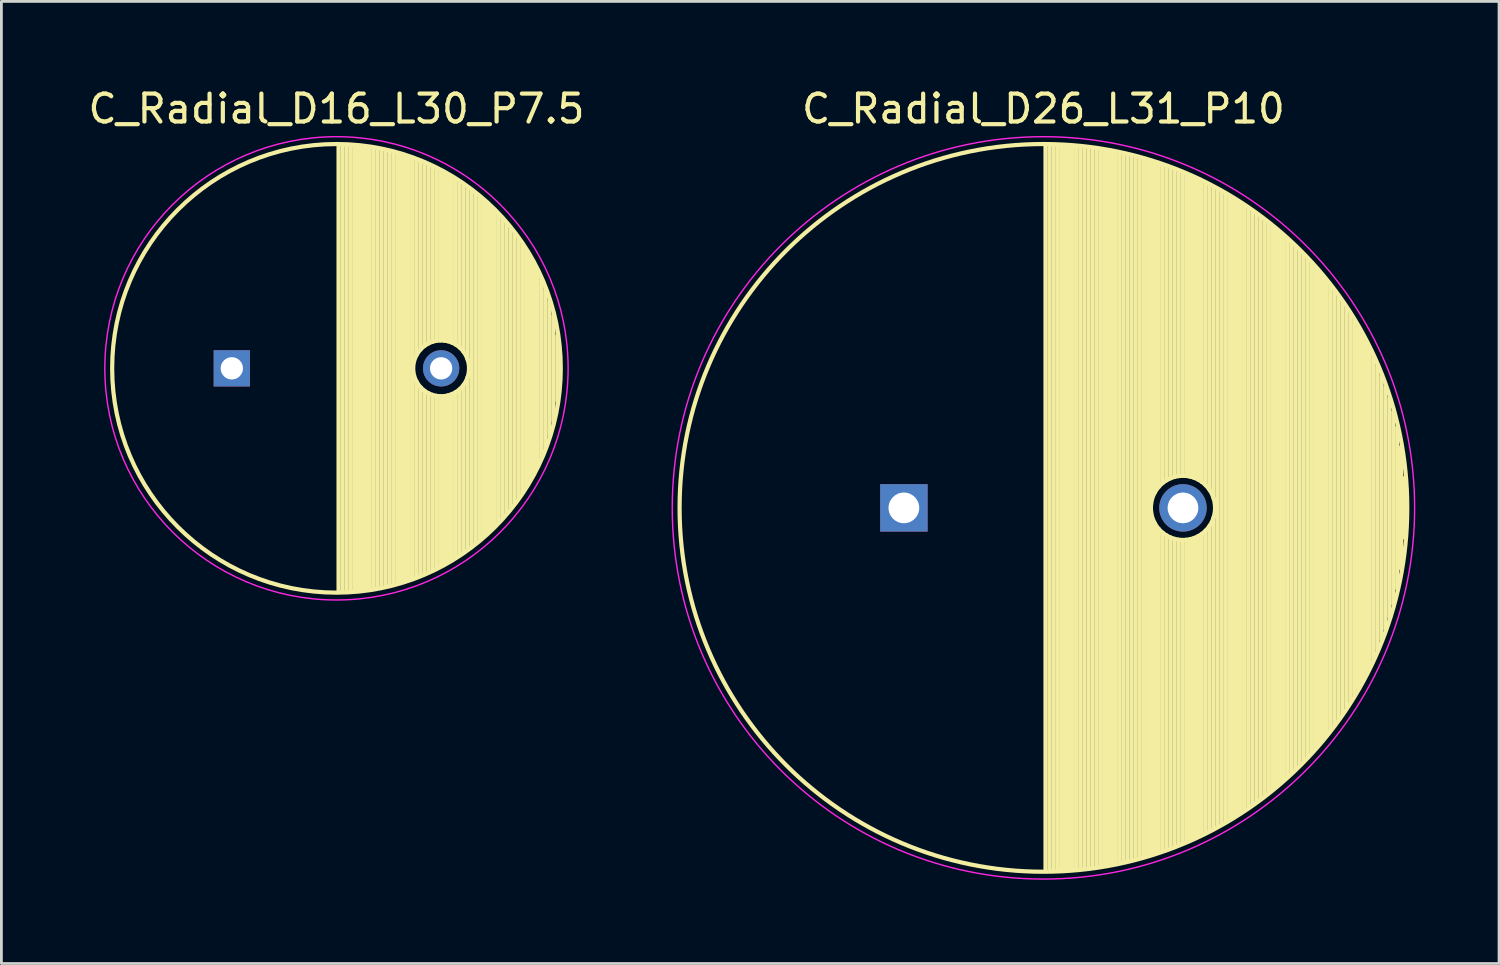
<source format=kicad_pcb>
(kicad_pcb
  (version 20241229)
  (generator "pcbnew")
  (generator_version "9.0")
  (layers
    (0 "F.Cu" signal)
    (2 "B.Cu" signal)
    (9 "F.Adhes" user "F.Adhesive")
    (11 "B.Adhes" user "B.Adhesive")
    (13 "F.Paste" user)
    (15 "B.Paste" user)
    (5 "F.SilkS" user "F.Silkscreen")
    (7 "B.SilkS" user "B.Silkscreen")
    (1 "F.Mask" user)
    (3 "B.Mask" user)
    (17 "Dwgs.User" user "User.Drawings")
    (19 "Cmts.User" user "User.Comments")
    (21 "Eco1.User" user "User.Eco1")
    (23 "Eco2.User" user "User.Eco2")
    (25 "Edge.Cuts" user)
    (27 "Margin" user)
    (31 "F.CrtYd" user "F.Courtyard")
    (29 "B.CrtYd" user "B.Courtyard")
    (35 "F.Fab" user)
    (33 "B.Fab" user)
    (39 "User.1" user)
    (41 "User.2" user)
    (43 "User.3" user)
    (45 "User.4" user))
  (footprint "C_Radial_D26_L31_P10"
    (layer "F.Cu")
    (at 29.337 15.148)
    (property "Reference" "C_Radial_D26_L31_P10" (at 5 -14.3 0) (layer "F.SilkS") (effects (font (size 1 1) (thickness 0.15))))
    (attr through_hole)
    (fp_line (start 5.075 -13) (end 5.075 13) (stroke (width 0.15) (type solid)) (layer "F.SilkS"))
    (fp_line (start 5.215 -12.998) (end 5.215 12.998) (stroke (width 0.15) (type solid)) (layer "F.SilkS"))
    (fp_line (start 5.355 -12.995) (end 5.355 12.995) (stroke (width 0.15) (type solid)) (layer "F.SilkS"))
    (fp_line (start 5.495 -12.991) (end 5.495 12.991) (stroke (width 0.15) (type solid)) (layer "F.SilkS"))
    (fp_line (start 5.635 -12.984) (end 5.635 12.984) (stroke (width 0.15) (type solid)) (layer "F.SilkS"))
    (fp_line (start 5.775 -12.977) (end 5.775 12.977) (stroke (width 0.15) (type solid)) (layer "F.SilkS"))
    (fp_line (start 5.915 -12.968) (end 5.915 12.968) (stroke (width 0.15) (type solid)) (layer "F.SilkS"))
    (fp_line (start 6.055 -12.957) (end 6.055 12.957) (stroke (width 0.15) (type solid)) (layer "F.SilkS"))
    (fp_line (start 6.195 -12.945) (end 6.195 12.945) (stroke (width 0.15) (type solid)) (layer "F.SilkS"))
    (fp_line (start 6.335 -12.931) (end 6.335 12.931) (stroke (width 0.15) (type solid)) (layer "F.SilkS"))
    (fp_line (start 6.475 -12.916) (end 6.475 12.916) (stroke (width 0.15) (type solid)) (layer "F.SilkS"))
    (fp_line (start 6.615 -12.899) (end 6.615 12.899) (stroke (width 0.15) (type solid)) (layer "F.SilkS"))
    (fp_line (start 6.755 -12.881) (end 6.755 12.881) (stroke (width 0.15) (type solid)) (layer "F.SilkS"))
    (fp_line (start 6.895 -12.861) (end 6.895 12.861) (stroke (width 0.15) (type solid)) (layer "F.SilkS"))
    (fp_line (start 7.035 -12.84) (end 7.035 12.84) (stroke (width 0.15) (type solid)) (layer "F.SilkS"))
    (fp_line (start 7.175 -12.817) (end 7.175 12.817) (stroke (width 0.15) (type solid)) (layer "F.SilkS"))
    (fp_line (start 7.315 -12.792) (end 7.315 12.792) (stroke (width 0.15) (type solid)) (layer "F.SilkS"))
    (fp_line (start 7.455 -12.766) (end 7.455 12.766) (stroke (width 0.15) (type solid)) (layer "F.SilkS"))
    (fp_line (start 7.595 -12.738) (end 7.595 12.738) (stroke (width 0.15) (type solid)) (layer "F.SilkS"))
    (fp_line (start 7.735 -12.709) (end 7.735 12.709) (stroke (width 0.15) (type solid)) (layer "F.SilkS"))
    (fp_line (start 7.875 -12.678) (end 7.875 12.678) (stroke (width 0.15) (type solid)) (layer "F.SilkS"))
    (fp_line (start 8.015 -12.646) (end 8.015 12.646) (stroke (width 0.15) (type solid)) (layer "F.SilkS"))
    (fp_line (start 8.155 -12.611) (end 8.155 12.611) (stroke (width 0.15) (type solid)) (layer "F.SilkS"))
    (fp_line (start 8.295 -12.575) (end 8.295 12.575) (stroke (width 0.15) (type solid)) (layer "F.SilkS"))
    (fp_line (start 8.435 -12.538) (end 8.435 12.538) (stroke (width 0.15) (type solid)) (layer "F.SilkS"))
    (fp_line (start 8.575 -12.499) (end 8.575 12.499) (stroke (width 0.15) (type solid)) (layer "F.SilkS"))
    (fp_line (start 8.715 -12.458) (end 8.715 12.458) (stroke (width 0.15) (type solid)) (layer "F.SilkS"))
    (fp_line (start 8.855 -12.415) (end 8.855 -0.107) (stroke (width 0.15) (type solid)) (layer "F.SilkS"))
    (fp_line (start 8.855 0.107) (end 8.855 12.415) (stroke (width 0.15) (type solid)) (layer "F.SilkS"))
    (fp_line (start 8.995 -12.371) (end 8.995 -0.559) (stroke (width 0.15) (type solid)) (layer "F.SilkS"))
    (fp_line (start 8.995 0.559) (end 8.995 12.371) (stroke (width 0.15) (type solid)) (layer "F.SilkS"))
    (fp_line (start 9.135 -12.325) (end 9.135 -0.758) (stroke (width 0.15) (type solid)) (layer "F.SilkS"))
    (fp_line (start 9.135 0.758) (end 9.135 12.325) (stroke (width 0.15) (type solid)) (layer "F.SilkS"))
    (fp_line (start 9.275 -12.277) (end 9.275 -0.893) (stroke (width 0.15) (type solid)) (layer "F.SilkS"))
    (fp_line (start 9.275 0.893) (end 9.275 12.277) (stroke (width 0.15) (type solid)) (layer "F.SilkS"))
    (fp_line (start 9.415 -12.227) (end 9.415 -0.99) (stroke (width 0.15) (type solid)) (layer "F.SilkS"))
    (fp_line (start 9.415 0.99) (end 9.415 12.227) (stroke (width 0.15) (type solid)) (layer "F.SilkS"))
    (fp_line (start 9.555 -12.176) (end 9.555 -1.06) (stroke (width 0.15) (type solid)) (layer "F.SilkS"))
    (fp_line (start 9.555 1.06) (end 9.555 12.176) (stroke (width 0.15) (type solid)) (layer "F.SilkS"))
    (fp_line (start 9.695 -12.123) (end 9.695 -1.109) (stroke (width 0.15) (type solid)) (layer "F.SilkS"))
    (fp_line (start 9.695 1.109) (end 9.695 12.123) (stroke (width 0.15) (type solid)) (layer "F.SilkS"))
    (fp_line (start 9.835 -12.067) (end 9.835 -1.138) (stroke (width 0.15) (type solid)) (layer "F.SilkS"))
    (fp_line (start 9.835 1.138) (end 9.835 12.067) (stroke (width 0.15) (type solid)) (layer "F.SilkS"))
    (fp_line (start 9.975 -12.01) (end 9.975 -1.15) (stroke (width 0.15) (type solid)) (layer "F.SilkS"))
    (fp_line (start 9.975 1.15) (end 9.975 12.01) (stroke (width 0.15) (type solid)) (layer "F.SilkS"))
    (fp_line (start 10.115 -11.951) (end 10.115 -1.144) (stroke (width 0.15) (type solid)) (layer "F.SilkS"))
    (fp_line (start 10.115 1.144) (end 10.115 11.951) (stroke (width 0.15) (type solid)) (layer "F.SilkS"))
    (fp_line (start 10.255 -11.891) (end 10.255 -1.121) (stroke (width 0.15) (type solid)) (layer "F.SilkS"))
    (fp_line (start 10.255 1.121) (end 10.255 11.891) (stroke (width 0.15) (type solid)) (layer "F.SilkS"))
    (fp_line (start 10.395 -11.828) (end 10.395 -1.08) (stroke (width 0.15) (type solid)) (layer "F.SilkS"))
    (fp_line (start 10.395 1.08) (end 10.395 11.828) (stroke (width 0.15) (type solid)) (layer "F.SilkS"))
    (fp_line (start 10.535 -11.763) (end 10.535 -1.018) (stroke (width 0.15) (type solid)) (layer "F.SilkS"))
    (fp_line (start 10.535 1.018) (end 10.535 11.763) (stroke (width 0.15) (type solid)) (layer "F.SilkS"))
    (fp_line (start 10.675 -11.696) (end 10.675 -0.931) (stroke (width 0.15) (type solid)) (layer "F.SilkS"))
    (fp_line (start 10.675 0.931) (end 10.675 11.696) (stroke (width 0.15) (type solid)) (layer "F.SilkS"))
    (fp_line (start 10.815 -11.627) (end 10.815 -0.811) (stroke (width 0.15) (type solid)) (layer "F.SilkS"))
    (fp_line (start 10.815 0.811) (end 10.815 11.627) (stroke (width 0.15) (type solid)) (layer "F.SilkS"))
    (fp_line (start 10.955 -11.556) (end 10.955 -0.641) (stroke (width 0.15) (type solid)) (layer "F.SilkS"))
    (fp_line (start 10.955 0.641) (end 10.955 11.556) (stroke (width 0.15) (type solid)) (layer "F.SilkS"))
    (fp_line (start 11.095 -11.483) (end 11.095 -0.351) (stroke (width 0.15) (type solid)) (layer "F.SilkS"))
    (fp_line (start 11.095 0.351) (end 11.095 11.483) (stroke (width 0.15) (type solid)) (layer "F.SilkS"))
    (fp_line (start 11.235 -11.407) (end 11.235 11.407) (stroke (width 0.15) (type solid)) (layer "F.SilkS"))
    (fp_line (start 11.375 -11.33) (end 11.375 11.33) (stroke (width 0.15) (type solid)) (layer "F.SilkS"))
    (fp_line (start 11.515 -11.25) (end 11.515 11.25) (stroke (width 0.15) (type solid)) (layer "F.SilkS"))
    (fp_line (start 11.655 -11.167) (end 11.655 11.167) (stroke (width 0.15) (type solid)) (layer "F.SilkS"))
    (fp_line (start 11.795 -11.083) (end 11.795 11.083) (stroke (width 0.15) (type solid)) (layer "F.SilkS"))
    (fp_line (start 11.935 -10.996) (end 11.935 10.996) (stroke (width 0.15) (type solid)) (layer "F.SilkS"))
    (fp_line (start 12.075 -10.906) (end 12.075 10.906) (stroke (width 0.15) (type solid)) (layer "F.SilkS"))
    (fp_line (start 12.215 -10.814) (end 12.215 10.814) (stroke (width 0.15) (type solid)) (layer "F.SilkS"))
    (fp_line (start 12.355 -10.719) (end 12.355 10.719) (stroke (width 0.15) (type solid)) (layer "F.SilkS"))
    (fp_line (start 12.495 -10.622) (end 12.495 10.622) (stroke (width 0.15) (type solid)) (layer "F.SilkS"))
    (fp_line (start 12.635 -10.522) (end 12.635 10.522) (stroke (width 0.15) (type solid)) (layer "F.SilkS"))
    (fp_line (start 12.775 -10.419) (end 12.775 10.419) (stroke (width 0.15) (type solid)) (layer "F.SilkS"))
    (fp_line (start 12.915 -10.313) (end 12.915 10.313) (stroke (width 0.15) (type solid)) (layer "F.SilkS"))
    (fp_line (start 13.055 -10.204) (end 13.055 10.204) (stroke (width 0.15) (type solid)) (layer "F.SilkS"))
    (fp_line (start 13.195 -10.092) (end 13.195 10.092) (stroke (width 0.15) (type solid)) (layer "F.SilkS"))
    (fp_line (start 13.335 -9.976) (end 13.335 9.976) (stroke (width 0.15) (type solid)) (layer "F.SilkS"))
    (fp_line (start 13.475 -9.858) (end 13.475 9.858) (stroke (width 0.15) (type solid)) (layer "F.SilkS"))
    (fp_line (start 13.615 -9.736) (end 13.615 9.736) (stroke (width 0.15) (type solid)) (layer "F.SilkS"))
    (fp_line (start 13.755 -9.61) (end 13.755 9.61) (stroke (width 0.15) (type solid)) (layer "F.SilkS"))
    (fp_line (start 13.895 -9.48) (end 13.895 9.48) (stroke (width 0.15) (type solid)) (layer "F.SilkS"))
    (fp_line (start 14.035 -9.347) (end 14.035 9.347) (stroke (width 0.15) (type solid)) (layer "F.SilkS"))
    (fp_line (start 14.175 -9.21) (end 14.175 9.21) (stroke (width 0.15) (type solid)) (layer "F.SilkS"))
    (fp_line (start 14.315 -9.068) (end 14.315 9.068) (stroke (width 0.15) (type solid)) (layer "F.SilkS"))
    (fp_line (start 14.455 -8.922) (end 14.455 8.922) (stroke (width 0.15) (type solid)) (layer "F.SilkS"))
    (fp_line (start 14.595 -8.771) (end 14.595 8.771) (stroke (width 0.15) (type solid)) (layer "F.SilkS"))
    (fp_line (start 14.735 -8.616) (end 14.735 8.616) (stroke (width 0.15) (type solid)) (layer "F.SilkS"))
    (fp_line (start 14.875 -8.455) (end 14.875 8.455) (stroke (width 0.15) (type solid)) (layer "F.SilkS"))
    (fp_line (start 15.015 -8.289) (end 15.015 8.289) (stroke (width 0.15) (type solid)) (layer "F.SilkS"))
    (fp_line (start 15.155 -8.116) (end 15.155 8.116) (stroke (width 0.15) (type solid)) (layer "F.SilkS"))
    (fp_line (start 15.295 -7.938) (end 15.295 7.938) (stroke (width 0.15) (type solid)) (layer "F.SilkS"))
    (fp_line (start 15.435 -7.753) (end 15.435 7.753) (stroke (width 0.15) (type solid)) (layer "F.SilkS"))
    (fp_line (start 15.575 -7.561) (end 15.575 7.561) (stroke (width 0.15) (type solid)) (layer "F.SilkS"))
    (fp_line (start 15.715 -7.361) (end 15.715 7.361) (stroke (width 0.15) (type solid)) (layer "F.SilkS"))
    (fp_line (start 15.855 -7.153) (end 15.855 7.153) (stroke (width 0.15) (type solid)) (layer "F.SilkS"))
    (fp_line (start 15.995 -6.936) (end 15.995 6.936) (stroke (width 0.15) (type solid)) (layer "F.SilkS"))
    (fp_line (start 16.135 -6.709) (end 16.135 6.709) (stroke (width 0.15) (type solid)) (layer "F.SilkS"))
    (fp_line (start 16.275 -6.471) (end 16.275 6.471) (stroke (width 0.15) (type solid)) (layer "F.SilkS"))
    (fp_line (start 16.415 -6.221) (end 16.415 6.221) (stroke (width 0.15) (type solid)) (layer "F.SilkS"))
    (fp_line (start 16.555 -5.957) (end 16.555 5.957) (stroke (width 0.15) (type solid)) (layer "F.SilkS"))
    (fp_line (start 16.695 -5.677) (end 16.695 5.677) (stroke (width 0.15) (type solid)) (layer "F.SilkS"))
    (fp_line (start 16.835 -5.379) (end 16.835 5.379) (stroke (width 0.15) (type solid)) (layer "F.SilkS"))
    (fp_line (start 16.975 -5.06) (end 16.975 5.06) (stroke (width 0.15) (type solid)) (layer "F.SilkS"))
    (fp_line (start 17.115 -4.715) (end 17.115 4.715) (stroke (width 0.15) (type solid)) (layer "F.SilkS"))
    (fp_line (start 17.255 -4.338) (end 17.255 4.338) (stroke (width 0.15) (type solid)) (layer "F.SilkS"))
    (fp_line (start 17.395 -3.92) (end 17.395 3.92) (stroke (width 0.15) (type solid)) (layer "F.SilkS"))
    (fp_line (start 17.535 -3.446) (end 17.535 3.446) (stroke (width 0.15) (type solid)) (layer "F.SilkS"))
    (fp_line (start 17.675 -2.889) (end 17.675 2.889) (stroke (width 0.15) (type solid)) (layer "F.SilkS"))
    (fp_line (start 17.815 -2.185) (end 17.815 2.185) (stroke (width 0.15) (type solid)) (layer "F.SilkS"))
    (fp_line (start 17.955 -1.081) (end 17.955 1.081) (stroke (width 0.15) (type solid)) (layer "F.SilkS"))
    (fp_circle (center 5 0) (end 5 -13.037) (stroke (width 0.15) (type solid)) (fill no) (layer "F.SilkS"))
    (fp_circle (center 10 0) (end 10 -1.15) (stroke (width 0.15) (type solid)) (fill no) (layer "F.SilkS"))
    (fp_circle (center 5 0) (end 5 -13.3) (stroke (width 0.05) (type solid)) (fill no) (layer "F.CrtYd"))
    (pad "1" thru_hole rect (at 0 0) (size 1.7 1.7) (drill 1.1) (layers "*.Cu" "*.Mask"))
    (pad "2" thru_hole circle (at 10 0) (size 1.7 1.7) (drill 1.1) (layers "*.Cu" "*.Mask")))
  (footprint "C_Radial_D16_L30_P7.5"
    (layer "F.Cu")
    (at 5.256 10.148)
    (property "Reference" "C_Radial_D16_L30_P7.5" (at 3.75 -9.3 0) (layer "F.SilkS") (effects (font (size 1 1) (thickness 0.15))))
    (attr through_hole)
    (fp_line (start 3.825 -8) (end 3.825 8) (stroke (width 0.15) (type solid)) (layer "F.SilkS"))
    (fp_line (start 3.965 -7.997) (end 3.965 7.997) (stroke (width 0.15) (type solid)) (layer "F.SilkS"))
    (fp_line (start 4.105 -7.992) (end 4.105 7.992) (stroke (width 0.15) (type solid)) (layer "F.SilkS"))
    (fp_line (start 4.245 -7.985) (end 4.245 7.985) (stroke (width 0.15) (type solid)) (layer "F.SilkS"))
    (fp_line (start 4.385 -7.975) (end 4.385 7.975) (stroke (width 0.15) (type solid)) (layer "F.SilkS"))
    (fp_line (start 4.525 -7.962) (end 4.525 7.962) (stroke (width 0.15) (type solid)) (layer "F.SilkS"))
    (fp_line (start 4.665 -7.948) (end 4.665 7.948) (stroke (width 0.15) (type solid)) (layer "F.SilkS"))
    (fp_line (start 4.805 -7.93) (end 4.805 7.93) (stroke (width 0.15) (type solid)) (layer "F.SilkS"))
    (fp_line (start 4.945 -7.91) (end 4.945 7.91) (stroke (width 0.15) (type solid)) (layer "F.SilkS"))
    (fp_line (start 5.085 -7.888) (end 5.085 7.888) (stroke (width 0.15) (type solid)) (layer "F.SilkS"))
    (fp_line (start 5.225 -7.863) (end 5.225 7.863) (stroke (width 0.15) (type solid)) (layer "F.SilkS"))
    (fp_line (start 5.365 -7.835) (end 5.365 7.835) (stroke (width 0.15) (type solid)) (layer "F.SilkS"))
    (fp_line (start 5.505 -7.805) (end 5.505 7.805) (stroke (width 0.15) (type solid)) (layer "F.SilkS"))
    (fp_line (start 5.645 -7.772) (end 5.645 7.772) (stroke (width 0.15) (type solid)) (layer "F.SilkS"))
    (fp_line (start 5.785 -7.737) (end 5.785 7.737) (stroke (width 0.15) (type solid)) (layer "F.SilkS"))
    (fp_line (start 5.925 -7.699) (end 5.925 7.699) (stroke (width 0.15) (type solid)) (layer "F.SilkS"))
    (fp_line (start 6.065 -7.658) (end 6.065 7.658) (stroke (width 0.15) (type solid)) (layer "F.SilkS"))
    (fp_line (start 6.205 -7.614) (end 6.205 7.614) (stroke (width 0.15) (type solid)) (layer "F.SilkS"))
    (fp_line (start 6.345 -7.567) (end 6.345 7.567) (stroke (width 0.15) (type solid)) (layer "F.SilkS"))
    (fp_line (start 6.485 -7.518) (end 6.485 7.518) (stroke (width 0.15) (type solid)) (layer "F.SilkS"))
    (fp_line (start 6.625 -7.466) (end 6.625 -0.484) (stroke (width 0.15) (type solid)) (layer "F.SilkS"))
    (fp_line (start 6.625 0.484) (end 6.625 7.466) (stroke (width 0.15) (type solid)) (layer "F.SilkS"))
    (fp_line (start 6.765 -7.41) (end 6.765 -0.678) (stroke (width 0.15) (type solid)) (layer "F.SilkS"))
    (fp_line (start 6.765 0.678) (end 6.765 7.41) (stroke (width 0.15) (type solid)) (layer "F.SilkS"))
    (fp_line (start 6.905 -7.352) (end 6.905 -0.804) (stroke (width 0.15) (type solid)) (layer "F.SilkS"))
    (fp_line (start 6.905 0.804) (end 6.905 7.352) (stroke (width 0.15) (type solid)) (layer "F.SilkS"))
    (fp_line (start 7.045 -7.29) (end 7.045 -0.89) (stroke (width 0.15) (type solid)) (layer "F.SilkS"))
    (fp_line (start 7.045 0.89) (end 7.045 7.29) (stroke (width 0.15) (type solid)) (layer "F.SilkS"))
    (fp_line (start 7.185 -7.225) (end 7.185 -0.949) (stroke (width 0.15) (type solid)) (layer "F.SilkS"))
    (fp_line (start 7.185 0.949) (end 7.185 7.225) (stroke (width 0.15) (type solid)) (layer "F.SilkS"))
    (fp_line (start 7.325 -7.157) (end 7.325 -0.985) (stroke (width 0.15) (type solid)) (layer "F.SilkS"))
    (fp_line (start 7.325 0.985) (end 7.325 7.157) (stroke (width 0.15) (type solid)) (layer "F.SilkS"))
    (fp_line (start 7.465 -7.085) (end 7.465 -0.999) (stroke (width 0.15) (type solid)) (layer "F.SilkS"))
    (fp_line (start 7.465 0.999) (end 7.465 7.085) (stroke (width 0.15) (type solid)) (layer "F.SilkS"))
    (fp_line (start 7.605 -7.01) (end 7.605 -0.994) (stroke (width 0.15) (type solid)) (layer "F.SilkS"))
    (fp_line (start 7.605 0.994) (end 7.605 7.01) (stroke (width 0.15) (type solid)) (layer "F.SilkS"))
    (fp_line (start 7.745 -6.931) (end 7.745 -0.97) (stroke (width 0.15) (type solid)) (layer "F.SilkS"))
    (fp_line (start 7.745 0.97) (end 7.745 6.931) (stroke (width 0.15) (type solid)) (layer "F.SilkS"))
    (fp_line (start 7.885 -6.848) (end 7.885 -0.923) (stroke (width 0.15) (type solid)) (layer "F.SilkS"))
    (fp_line (start 7.885 0.923) (end 7.885 6.848) (stroke (width 0.15) (type solid)) (layer "F.SilkS"))
    (fp_line (start 8.025 -6.762) (end 8.025 -0.851) (stroke (width 0.15) (type solid)) (layer "F.SilkS"))
    (fp_line (start 8.025 0.851) (end 8.025 6.762) (stroke (width 0.15) (type solid)) (layer "F.SilkS"))
    (fp_line (start 8.165 -6.671) (end 8.165 -0.747) (stroke (width 0.15) (type solid)) (layer "F.SilkS"))
    (fp_line (start 8.165 0.747) (end 8.165 6.671) (stroke (width 0.15) (type solid)) (layer "F.SilkS"))
    (fp_line (start 8.305 -6.577) (end 8.305 -0.593) (stroke (width 0.15) (type solid)) (layer "F.SilkS"))
    (fp_line (start 8.305 0.593) (end 8.305 6.577) (stroke (width 0.15) (type solid)) (layer "F.SilkS"))
    (fp_line (start 8.445 -6.477) (end 8.445 -0.327) (stroke (width 0.15) (type solid)) (layer "F.SilkS"))
    (fp_line (start 8.445 0.327) (end 8.445 6.477) (stroke (width 0.15) (type solid)) (layer "F.SilkS"))
    (fp_line (start 8.585 -6.374) (end 8.585 6.374) (stroke (width 0.15) (type solid)) (layer "F.SilkS"))
    (fp_line (start 8.725 -6.265) (end 8.725 6.265) (stroke (width 0.15) (type solid)) (layer "F.SilkS"))
    (fp_line (start 8.865 -6.151) (end 8.865 6.151) (stroke (width 0.15) (type solid)) (layer "F.SilkS"))
    (fp_line (start 9.005 -6.032) (end 9.005 6.032) (stroke (width 0.15) (type solid)) (layer "F.SilkS"))
    (fp_line (start 9.145 -5.907) (end 9.145 5.907) (stroke (width 0.15) (type solid)) (layer "F.SilkS"))
    (fp_line (start 9.285 -5.776) (end 9.285 5.776) (stroke (width 0.15) (type solid)) (layer "F.SilkS"))
    (fp_line (start 9.425 -5.639) (end 9.425 5.639) (stroke (width 0.15) (type solid)) (layer "F.SilkS"))
    (fp_line (start 9.565 -5.494) (end 9.565 5.494) (stroke (width 0.15) (type solid)) (layer "F.SilkS"))
    (fp_line (start 9.705 -5.342) (end 9.705 5.342) (stroke (width 0.15) (type solid)) (layer "F.SilkS"))
    (fp_line (start 9.845 -5.182) (end 9.845 5.182) (stroke (width 0.15) (type solid)) (layer "F.SilkS"))
    (fp_line (start 9.985 -5.012) (end 9.985 5.012) (stroke (width 0.15) (type solid)) (layer "F.SilkS"))
    (fp_line (start 10.125 -4.833) (end 10.125 4.833) (stroke (width 0.15) (type solid)) (layer "F.SilkS"))
    (fp_line (start 10.265 -4.643) (end 10.265 4.643) (stroke (width 0.15) (type solid)) (layer "F.SilkS"))
    (fp_line (start 10.405 -4.44) (end 10.405 4.44) (stroke (width 0.15) (type solid)) (layer "F.SilkS"))
    (fp_line (start 10.545 -4.222) (end 10.545 4.222) (stroke (width 0.15) (type solid)) (layer "F.SilkS"))
    (fp_line (start 10.685 -3.988) (end 10.685 3.988) (stroke (width 0.15) (type solid)) (layer "F.SilkS"))
    (fp_line (start 10.825 -3.734) (end 10.825 3.734) (stroke (width 0.15) (type solid)) (layer "F.SilkS"))
    (fp_line (start 10.965 -3.456) (end 10.965 3.456) (stroke (width 0.15) (type solid)) (layer "F.SilkS"))
    (fp_line (start 11.105 -3.147) (end 11.105 3.147) (stroke (width 0.15) (type solid)) (layer "F.SilkS"))
    (fp_line (start 11.245 -2.797) (end 11.245 2.797) (stroke (width 0.15) (type solid)) (layer "F.SilkS"))
    (fp_line (start 11.385 -2.389) (end 11.385 2.389) (stroke (width 0.15) (type solid)) (layer "F.SilkS"))
    (fp_line (start 11.525 -1.884) (end 11.525 1.884) (stroke (width 0.15) (type solid)) (layer "F.SilkS"))
    (fp_line (start 11.665 -1.163) (end 11.665 1.163) (stroke (width 0.15) (type solid)) (layer "F.SilkS"))
    (fp_circle (center 3.75 0) (end 3.75 -8.037) (stroke (width 0.15) (type solid)) (fill no) (layer "F.SilkS"))
    (fp_circle (center 7.5 0) (end 7.5 -1) (stroke (width 0.15) (type solid)) (fill no) (layer "F.SilkS"))
    (fp_circle (center 3.75 0) (end 3.75 -8.3) (stroke (width 0.05) (type solid)) (fill no) (layer "F.CrtYd"))
    (pad "1" thru_hole rect (at 0 0) (size 1.3 1.3) (drill 0.8) (layers "*.Cu" "*.Mask"))
    (pad "2" thru_hole circle (at 7.5 0) (size 1.3 1.3) (drill 0.8) (layers "*.Cu" "*.Mask")))
  (gr_rect
    (start -3 -3)
    (end 50.662 31.473)
    (stroke (width 0.1) (type default))
    (fill no)
    (layer "Edge.Cuts")))
</source>
